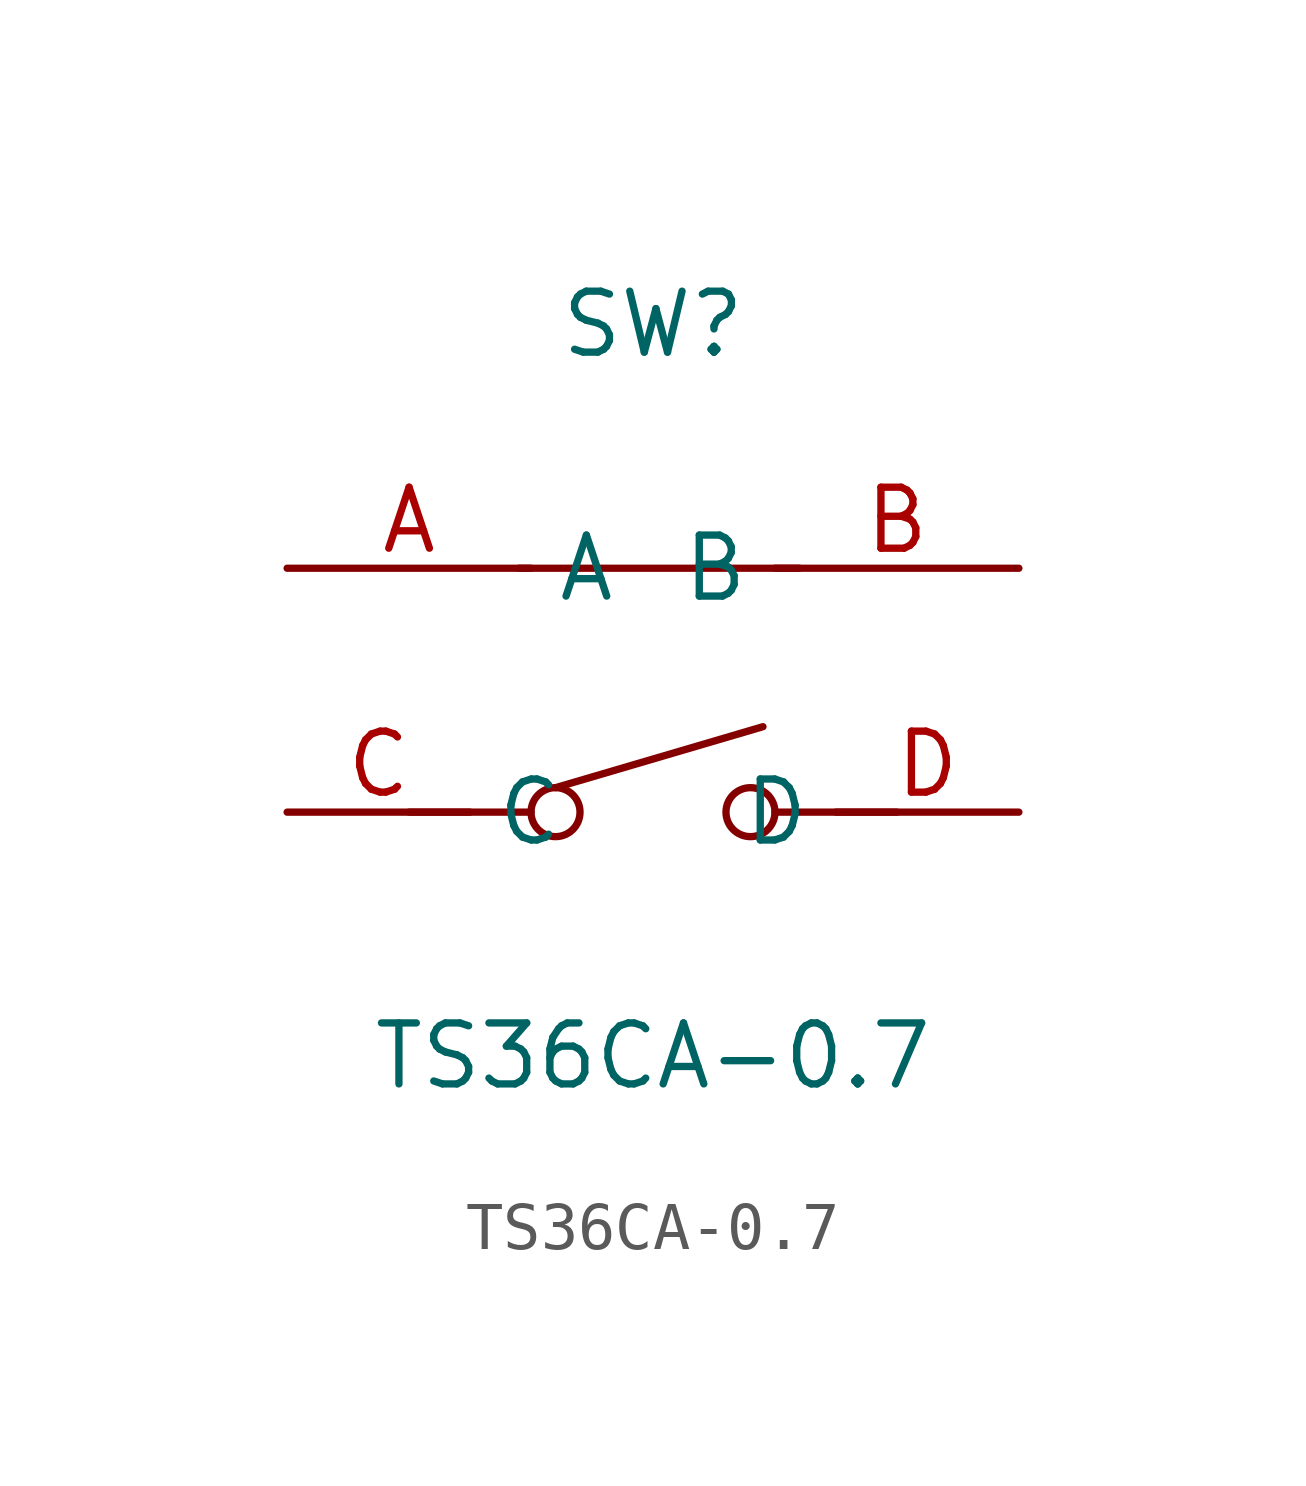
<source format=kicad_sym>
(kicad_symbol_lib
  (version 20211014)
  (generator https://github.com/uPesy/easyeda2kicad.py)
  (symbol "TS36CA-0.7"
    (property "Reference" "SW"
      (at 0 7.62 0)
      (effects (font (size 1.27 1.27))))
    (property "Value" "TS36CA-0.7"
      (at 0 -7.62 0)
      (effects (font (size 1.27 1.27))))
    (symbol "TS36CA-0.7_0_1"
      (circle (center -2.03 -2.54) (radius 0.51) (stroke (width 0) (type default) (color 0 0 0 0)) (fill (type none)))
      (circle (center 2.03 -2.54) (radius 0.51) (stroke (width 0) (type default) (color 0 0 0 0)) (fill (type none)))
      (polyline (pts (xy -5.08 -2.54) (xy -2.54 -2.54)) (stroke (width 0) (type default) (color 0 0 0 0)) (fill (type none)))
      (polyline (pts (xy 5.08 -2.54) (xy 2.54 -2.54)) (stroke (width 0) (type default) (color 0 0 0 0)) (fill (type none)))
      (polyline (pts (xy -2.03 -2.03) (xy 2.29 -0.76)) (stroke (width 0) (type default) (color 0 0 0 0)) (fill (type none)))
      (polyline (pts (xy -2.79 2.54) (xy 3.05 2.54)) (stroke (width 0) (type default) (color 0 0 0 0)) (fill (type none)))
      (pin unspecified line (at 7.62 -2.54 180) (length 3.81) (name "D" (effects (font (size 1.27 1.27)))) (number "D" (effects (font (size 1.27 1.27)))))
      (pin unspecified line (at -7.62 -2.54 0) (length 3.81) (name "C" (effects (font (size 1.27 1.27)))) (number "C" (effects (font (size 1.27 1.27)))))
      (pin unspecified line (at -7.62 2.54 0) (length 5.08) (name "A" (effects (font (size 1.27 1.27)))) (number "A" (effects (font (size 1.27 1.27)))))
      (pin unspecified line (at 7.62 2.54 180) (length 5.08) (name "B" (effects (font (size 1.27 1.27)))) (number "B" (effects (font (size 1.27 1.27))))))))
</source>
